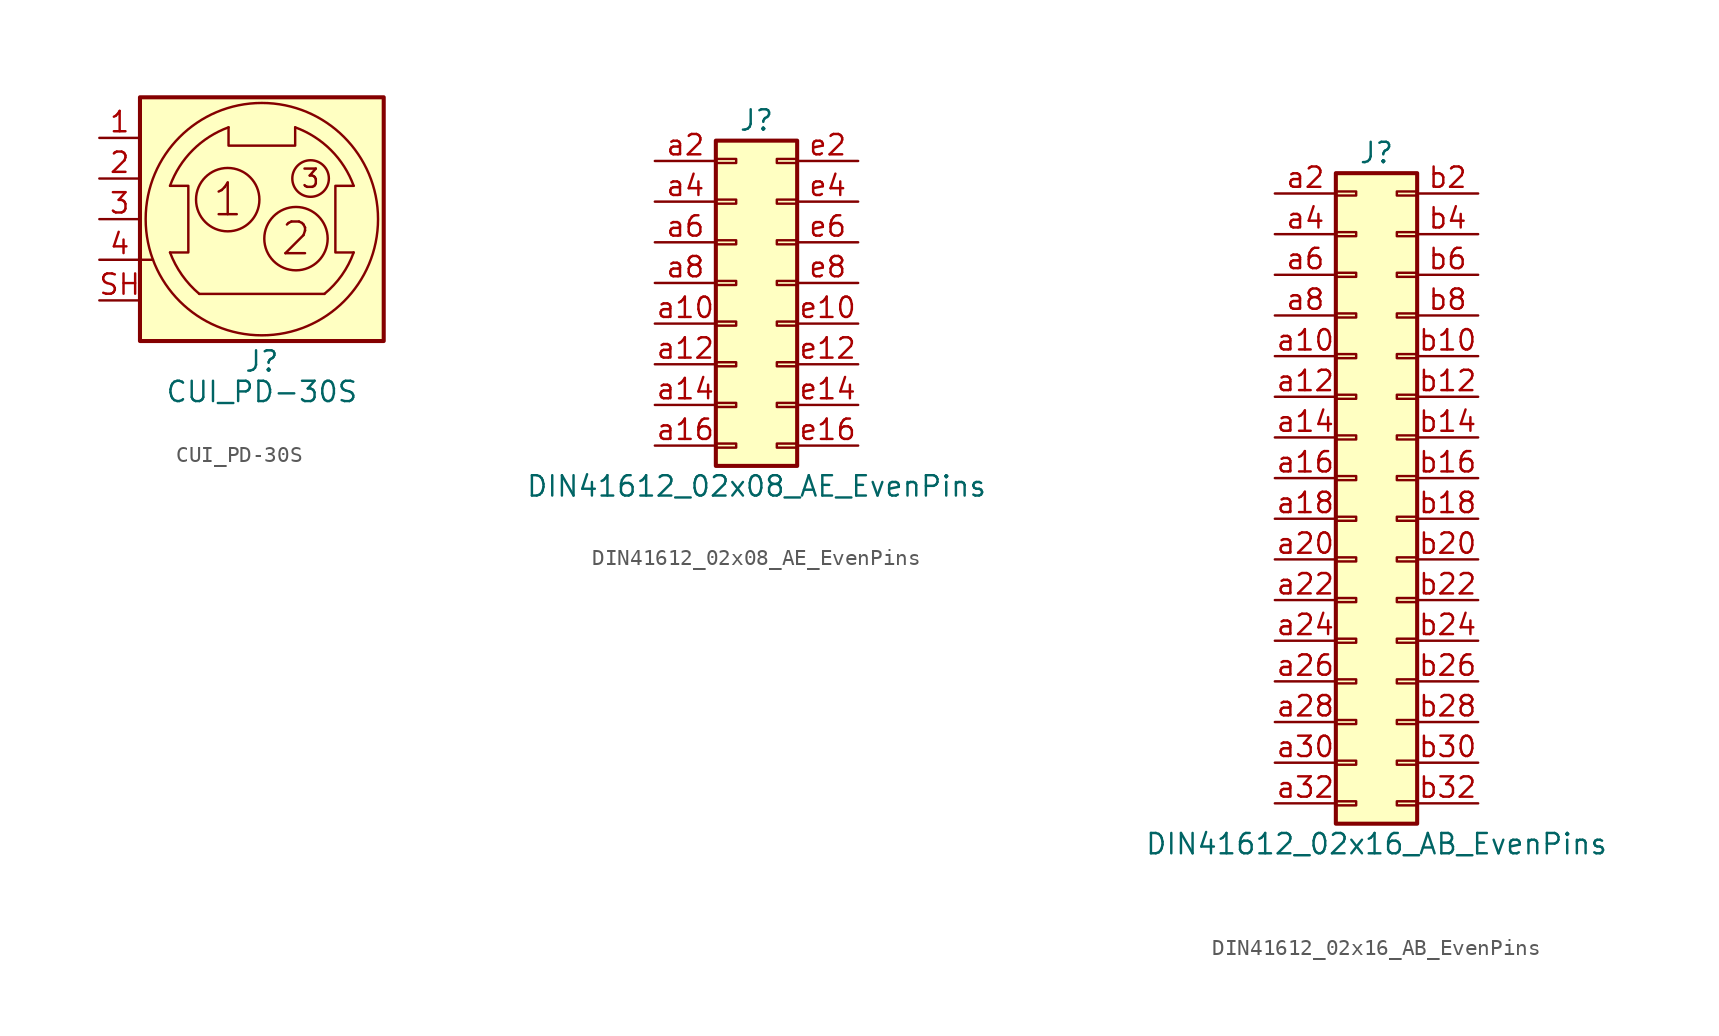
<source format=kicad_sym>
(kicad_symbol_lib
  (version 20201005)
  (generator kicad_symbol_editor)
  (symbol "Connector:CUI_PD-30S"
    (pin_names
      (offset 1.016) hide)
    (property "Reference" "J"
      (at 0 -8.89 0)
      (effects (font (size 1.27 1.27))))
    (property "Value" "CUI_PD-30S"
      (at 0 -10.795 0)
      (effects (font (size 1.27 1.27))))
    (symbol "CUI_PD-30S_0_1"
      (arc (start 5.7404 2.0828) (end 2.0828 5.7404) (radius (at 0 0) (length 6.096) (angles 20 70)) (stroke (width 0)) (fill (type none)))
      (arc (start -2.0828 5.7404) (end -5.7404 2.0828) (radius (at 0 0) (length 6.096) (angles 110 160)) (stroke (width 0)) (fill (type none)))
      (arc (start -5.7404 -2.0828) (end -3.9116 -4.6736) (radius (at 0 0) (length 6.096) (angles -160 -130)) (stroke (width 0)) (fill (type none)))
      (arc (start 3.9116 -4.6736) (end 5.7404 -2.0828) (radius (at 0 0) (length 6.096) (angles -50 -20)) (stroke (width 0)) (fill (type none)))
      (circle (center -2.134 1.219) (radius 1.981) (stroke (width 0)) (fill (type none)))
      (circle (center 0 0) (radius 7.264) (stroke (width 0)) (fill (type none)))
      (circle (center 2.134 -1.219) (radius 1.981) (stroke (width 0)) (fill (type none)))
      (circle (center 3.048 2.54) (radius 1.143) (stroke (width 0)) (fill (type none)))
      (text "1" (at -2.134 1.219 0) (effects (font (size 1.981 1.981))))
      (text "2" (at 2.134 -1.219 0) (effects (font (size 1.981 1.981))))
      (text "3" (at 3.048 2.54 0) (effects (font (size 1.143 1.143))))
      (rectangle (start -7.62 -7.62) (end 7.62 7.62) (stroke (width 0.254)) (fill (type background)))
      (polyline (pts (xy -7.62 -2.54) (xy -6.807 -2.54)) (stroke (width 0)) (fill (type none)))
      (polyline (pts (xy -3.912 -4.674) (xy 3.912 -4.674)) (stroke (width 0)) (fill (type none)))
      (polyline (pts (xy -5.74 2.083) (xy -4.597 2.083) (xy -4.597 -2.083) (xy -5.74 -2.083)) (stroke (width 0)) (fill (type none)))
      (polyline (pts (xy 2.083 5.74) (xy 2.083 4.597) (xy -2.083 4.597) (xy -2.083 5.74)) (stroke (width 0)) (fill (type none)))
      (polyline (pts (xy 5.74 -2.083) (xy 4.597 -2.083) (xy 4.597 2.083) (xy 5.74 2.083)) (stroke (width 0)) (fill (type none))))
    (symbol "CUI_PD-30S_1_1"
      (pin passive line (at -10.16 5.08 0) (length 2.54) (name "1" (effects (font (size 1.27 1.27)))) (number "1" (effects (font (size 1.27 1.27)))))
      (pin passive line (at -10.16 2.54 0) (length 2.54) (name "2" (effects (font (size 1.27 1.27)))) (number "2" (effects (font (size 1.27 1.27)))))
      (pin passive line (at -10.16 0 0) (length 2.54) (name "3" (effects (font (size 1.27 1.27)))) (number "3" (effects (font (size 1.27 1.27)))))
      (pin passive line (at -10.16 -2.54 0) (length 2.54) (name "Shield" (effects (font (size 1.27 1.27)))) (number "4" (effects (font (size 1.27 1.27)))))
      (pin passive line (at -10.16 -5.08 0) (length 2.54) (name "Shield" (effects (font (size 1.27 1.27)))) (number "SH" (effects (font (size 1.27 1.27)))))))
  (symbol "Connector:DIN41612_02x08_AE_EvenPins"
    (pin_names
      (offset 1.016) hide)
    (property "Reference" "J"
      (at 1.27 10.16 0)
      (effects (font (size 1.27 1.27))))
    (property "Value" "DIN41612_02x08_AE_EvenPins"
      (at 1.27 -12.7 0)
      (effects (font (size 1.27 1.27))))
    (symbol "DIN41612_02x08_AE_EvenPins_1_1"
      (rectangle (start -1.27 -10.033) (end 0 -10.287) (stroke (width 0.152)) (fill (type none)))
      (rectangle (start -1.27 -7.493) (end 0 -7.747) (stroke (width 0.152)) (fill (type none)))
      (rectangle (start -1.27 -4.953) (end 0 -5.207) (stroke (width 0.152)) (fill (type none)))
      (rectangle (start -1.27 -2.413) (end 0 -2.667) (stroke (width 0.152)) (fill (type none)))
      (rectangle (start -1.27 0.127) (end 0 -0.127) (stroke (width 0.152)) (fill (type none)))
      (rectangle (start -1.27 2.667) (end 0 2.413) (stroke (width 0.152)) (fill (type none)))
      (rectangle (start -1.27 5.207) (end 0 4.953) (stroke (width 0.152)) (fill (type none)))
      (rectangle (start -1.27 7.747) (end 0 7.493) (stroke (width 0.152)) (fill (type none)))
      (rectangle (start 3.81 -10.033) (end 2.54 -10.287) (stroke (width 0.152)) (fill (type none)))
      (rectangle (start 3.81 -7.493) (end 2.54 -7.747) (stroke (width 0.152)) (fill (type none)))
      (rectangle (start 3.81 -4.953) (end 2.54 -5.207) (stroke (width 0.152)) (fill (type none)))
      (rectangle (start 3.81 -2.413) (end 2.54 -2.667) (stroke (width 0.152)) (fill (type none)))
      (rectangle (start 3.81 0.127) (end 2.54 -0.127) (stroke (width 0.152)) (fill (type none)))
      (rectangle (start 3.81 2.667) (end 2.54 2.413) (stroke (width 0.152)) (fill (type none)))
      (rectangle (start 3.81 5.207) (end 2.54 4.953) (stroke (width 0.152)) (fill (type none)))
      (rectangle (start 3.81 7.747) (end 2.54 7.493) (stroke (width 0.152)) (fill (type none)))
      (rectangle (start -1.27 8.89) (end 3.81 -11.43) (stroke (width 0.254)) (fill (type background)))
      (pin passive line (at -5.08 -2.54 0) (length 3.81) (name "Pin_a10" (effects (font (size 1.27 1.27)))) (number "a10" (effects (font (size 1.27 1.27)))))
      (pin passive line (at -5.08 -5.08 0) (length 3.81) (name "Pin_a12" (effects (font (size 1.27 1.27)))) (number "a12" (effects (font (size 1.27 1.27)))))
      (pin passive line (at -5.08 -7.62 0) (length 3.81) (name "Pin_a14" (effects (font (size 1.27 1.27)))) (number "a14" (effects (font (size 1.27 1.27)))))
      (pin passive line (at -5.08 -10.16 0) (length 3.81) (name "Pin_a16" (effects (font (size 1.27 1.27)))) (number "a16" (effects (font (size 1.27 1.27)))))
      (pin passive line (at -5.08 7.62 0) (length 3.81) (name "Pin_a2" (effects (font (size 1.27 1.27)))) (number "a2" (effects (font (size 1.27 1.27)))))
      (pin passive line (at -5.08 5.08 0) (length 3.81) (name "Pin_a4" (effects (font (size 1.27 1.27)))) (number "a4" (effects (font (size 1.27 1.27)))))
      (pin passive line (at -5.08 2.54 0) (length 3.81) (name "Pin_a6" (effects (font (size 1.27 1.27)))) (number "a6" (effects (font (size 1.27 1.27)))))
      (pin passive line (at -5.08 0 0) (length 3.81) (name "Pin_a8" (effects (font (size 1.27 1.27)))) (number "a8" (effects (font (size 1.27 1.27)))))
      (pin passive line (at 7.62 -2.54 180) (length 3.81) (name "Pin_e10" (effects (font (size 1.27 1.27)))) (number "e10" (effects (font (size 1.27 1.27)))))
      (pin passive line (at 7.62 -5.08 180) (length 3.81) (name "Pin_e12" (effects (font (size 1.27 1.27)))) (number "e12" (effects (font (size 1.27 1.27)))))
      (pin passive line (at 7.62 -7.62 180) (length 3.81) (name "Pin_e14" (effects (font (size 1.27 1.27)))) (number "e14" (effects (font (size 1.27 1.27)))))
      (pin passive line (at 7.62 -10.16 180) (length 3.81) (name "Pin_e16" (effects (font (size 1.27 1.27)))) (number "e16" (effects (font (size 1.27 1.27)))))
      (pin passive line (at 7.62 7.62 180) (length 3.81) (name "Pin_e2" (effects (font (size 1.27 1.27)))) (number "e2" (effects (font (size 1.27 1.27)))))
      (pin passive line (at 7.62 5.08 180) (length 3.81) (name "Pin_e4" (effects (font (size 1.27 1.27)))) (number "e4" (effects (font (size 1.27 1.27)))))
      (pin passive line (at 7.62 2.54 180) (length 3.81) (name "Pin_e6" (effects (font (size 1.27 1.27)))) (number "e6" (effects (font (size 1.27 1.27)))))
      (pin passive line (at 7.62 0 180) (length 3.81) (name "Pin_e8" (effects (font (size 1.27 1.27)))) (number "e8" (effects (font (size 1.27 1.27)))))))
  (symbol "Connector:DIN41612_02x16_AB_EvenPins"
    (pin_names
      (offset 1.016) hide)
    (property "Reference" "J"
      (at 1.27 20.32 0)
      (effects (font (size 1.27 1.27))))
    (property "Value" "DIN41612_02x16_AB_EvenPins"
      (at 1.27 -22.86 0)
      (effects (font (size 1.27 1.27))))
    (symbol "DIN41612_02x16_AB_EvenPins_1_1"
      (rectangle (start -1.27 -20.193) (end 0 -20.447) (stroke (width 0.152)) (fill (type none)))
      (rectangle (start -1.27 -17.653) (end 0 -17.907) (stroke (width 0.152)) (fill (type none)))
      (rectangle (start -1.27 -15.113) (end 0 -15.367) (stroke (width 0.152)) (fill (type none)))
      (rectangle (start -1.27 -12.573) (end 0 -12.827) (stroke (width 0.152)) (fill (type none)))
      (rectangle (start -1.27 -10.033) (end 0 -10.287) (stroke (width 0.152)) (fill (type none)))
      (rectangle (start -1.27 -7.493) (end 0 -7.747) (stroke (width 0.152)) (fill (type none)))
      (rectangle (start -1.27 -4.953) (end 0 -5.207) (stroke (width 0.152)) (fill (type none)))
      (rectangle (start -1.27 -2.413) (end 0 -2.667) (stroke (width 0.152)) (fill (type none)))
      (rectangle (start -1.27 0.127) (end 0 -0.127) (stroke (width 0.152)) (fill (type none)))
      (rectangle (start -1.27 2.667) (end 0 2.413) (stroke (width 0.152)) (fill (type none)))
      (rectangle (start -1.27 5.207) (end 0 4.953) (stroke (width 0.152)) (fill (type none)))
      (rectangle (start -1.27 7.747) (end 0 7.493) (stroke (width 0.152)) (fill (type none)))
      (rectangle (start -1.27 10.287) (end 0 10.033) (stroke (width 0.152)) (fill (type none)))
      (rectangle (start -1.27 12.827) (end 0 12.573) (stroke (width 0.152)) (fill (type none)))
      (rectangle (start -1.27 15.367) (end 0 15.113) (stroke (width 0.152)) (fill (type none)))
      (rectangle (start -1.27 17.907) (end 0 17.653) (stroke (width 0.152)) (fill (type none)))
      (rectangle (start 3.81 -20.193) (end 2.54 -20.447) (stroke (width 0.152)) (fill (type none)))
      (rectangle (start 3.81 -17.653) (end 2.54 -17.907) (stroke (width 0.152)) (fill (type none)))
      (rectangle (start 3.81 -15.113) (end 2.54 -15.367) (stroke (width 0.152)) (fill (type none)))
      (rectangle (start 3.81 -12.573) (end 2.54 -12.827) (stroke (width 0.152)) (fill (type none)))
      (rectangle (start 3.81 -10.033) (end 2.54 -10.287) (stroke (width 0.152)) (fill (type none)))
      (rectangle (start 3.81 -7.493) (end 2.54 -7.747) (stroke (width 0.152)) (fill (type none)))
      (rectangle (start 3.81 -4.953) (end 2.54 -5.207) (stroke (width 0.152)) (fill (type none)))
      (rectangle (start 3.81 -2.413) (end 2.54 -2.667) (stroke (width 0.152)) (fill (type none)))
      (rectangle (start 3.81 0.127) (end 2.54 -0.127) (stroke (width 0.152)) (fill (type none)))
      (rectangle (start 3.81 2.667) (end 2.54 2.413) (stroke (width 0.152)) (fill (type none)))
      (rectangle (start 3.81 5.207) (end 2.54 4.953) (stroke (width 0.152)) (fill (type none)))
      (rectangle (start 3.81 7.747) (end 2.54 7.493) (stroke (width 0.152)) (fill (type none)))
      (rectangle (start 3.81 10.287) (end 2.54 10.033) (stroke (width 0.152)) (fill (type none)))
      (rectangle (start 3.81 12.827) (end 2.54 12.573) (stroke (width 0.152)) (fill (type none)))
      (rectangle (start 3.81 15.367) (end 2.54 15.113) (stroke (width 0.152)) (fill (type none)))
      (rectangle (start 3.81 17.907) (end 2.54 17.653) (stroke (width 0.152)) (fill (type none)))
      (rectangle (start -1.27 19.05) (end 3.81 -21.59) (stroke (width 0.254)) (fill (type background)))
      (pin passive line (at -5.08 7.62 0) (length 3.81) (name "Pin_a10" (effects (font (size 1.27 1.27)))) (number "a10" (effects (font (size 1.27 1.27)))))
      (pin passive line (at -5.08 5.08 0) (length 3.81) (name "Pin_a12" (effects (font (size 1.27 1.27)))) (number "a12" (effects (font (size 1.27 1.27)))))
      (pin passive line (at -5.08 2.54 0) (length 3.81) (name "Pin_a14" (effects (font (size 1.27 1.27)))) (number "a14" (effects (font (size 1.27 1.27)))))
      (pin passive line (at -5.08 0 0) (length 3.81) (name "Pin_a16" (effects (font (size 1.27 1.27)))) (number "a16" (effects (font (size 1.27 1.27)))))
      (pin passive line (at -5.08 -2.54 0) (length 3.81) (name "Pin_a18" (effects (font (size 1.27 1.27)))) (number "a18" (effects (font (size 1.27 1.27)))))
      (pin passive line (at -5.08 17.78 0) (length 3.81) (name "Pin_a2" (effects (font (size 1.27 1.27)))) (number "a2" (effects (font (size 1.27 1.27)))))
      (pin passive line (at -5.08 -5.08 0) (length 3.81) (name "Pin_a20" (effects (font (size 1.27 1.27)))) (number "a20" (effects (font (size 1.27 1.27)))))
      (pin passive line (at -5.08 -7.62 0) (length 3.81) (name "Pin_a22" (effects (font (size 1.27 1.27)))) (number "a22" (effects (font (size 1.27 1.27)))))
      (pin passive line (at -5.08 -10.16 0) (length 3.81) (name "Pin_a24" (effects (font (size 1.27 1.27)))) (number "a24" (effects (font (size 1.27 1.27)))))
      (pin passive line (at -5.08 -12.7 0) (length 3.81) (name "Pin_a26" (effects (font (size 1.27 1.27)))) (number "a26" (effects (font (size 1.27 1.27)))))
      (pin passive line (at -5.08 -15.24 0) (length 3.81) (name "Pin_a28" (effects (font (size 1.27 1.27)))) (number "a28" (effects (font (size 1.27 1.27)))))
      (pin passive line (at -5.08 -17.78 0) (length 3.81) (name "Pin_a30" (effects (font (size 1.27 1.27)))) (number "a30" (effects (font (size 1.27 1.27)))))
      (pin passive line (at -5.08 -20.32 0) (length 3.81) (name "Pin_a32" (effects (font (size 1.27 1.27)))) (number "a32" (effects (font (size 1.27 1.27)))))
      (pin passive line (at -5.08 15.24 0) (length 3.81) (name "Pin_a4" (effects (font (size 1.27 1.27)))) (number "a4" (effects (font (size 1.27 1.27)))))
      (pin passive line (at -5.08 12.7 0) (length 3.81) (name "Pin_a6" (effects (font (size 1.27 1.27)))) (number "a6" (effects (font (size 1.27 1.27)))))
      (pin passive line (at -5.08 10.16 0) (length 3.81) (name "Pin_a8" (effects (font (size 1.27 1.27)))) (number "a8" (effects (font (size 1.27 1.27)))))
      (pin passive line (at 7.62 7.62 180) (length 3.81) (name "Pin_b10" (effects (font (size 1.27 1.27)))) (number "b10" (effects (font (size 1.27 1.27)))))
      (pin passive line (at 7.62 5.08 180) (length 3.81) (name "Pin_b12" (effects (font (size 1.27 1.27)))) (number "b12" (effects (font (size 1.27 1.27)))))
      (pin passive line (at 7.62 2.54 180) (length 3.81) (name "Pin_b14" (effects (font (size 1.27 1.27)))) (number "b14" (effects (font (size 1.27 1.27)))))
      (pin passive line (at 7.62 0 180) (length 3.81) (name "Pin_b16" (effects (font (size 1.27 1.27)))) (number "b16" (effects (font (size 1.27 1.27)))))
      (pin passive line (at 7.62 -2.54 180) (length 3.81) (name "Pin_b18" (effects (font (size 1.27 1.27)))) (number "b18" (effects (font (size 1.27 1.27)))))
      (pin passive line (at 7.62 17.78 180) (length 3.81) (name "Pin_b2" (effects (font (size 1.27 1.27)))) (number "b2" (effects (font (size 1.27 1.27)))))
      (pin passive line (at 7.62 -5.08 180) (length 3.81) (name "Pin_b20" (effects (font (size 1.27 1.27)))) (number "b20" (effects (font (size 1.27 1.27)))))
      (pin passive line (at 7.62 -7.62 180) (length 3.81) (name "Pin_b22" (effects (font (size 1.27 1.27)))) (number "b22" (effects (font (size 1.27 1.27)))))
      (pin passive line (at 7.62 -10.16 180) (length 3.81) (name "Pin_b24" (effects (font (size 1.27 1.27)))) (number "b24" (effects (font (size 1.27 1.27)))))
      (pin passive line (at 7.62 -12.7 180) (length 3.81) (name "Pin_b26" (effects (font (size 1.27 1.27)))) (number "b26" (effects (font (size 1.27 1.27)))))
      (pin passive line (at 7.62 -15.24 180) (length 3.81) (name "Pin_b28" (effects (font (size 1.27 1.27)))) (number "b28" (effects (font (size 1.27 1.27)))))
      (pin passive line (at 7.62 -17.78 180) (length 3.81) (name "Pin_b30" (effects (font (size 1.27 1.27)))) (number "b30" (effects (font (size 1.27 1.27)))))
      (pin passive line (at 7.62 -20.32 180) (length 3.81) (name "Pin_b32" (effects (font (size 1.27 1.27)))) (number "b32" (effects (font (size 1.27 1.27)))))
      (pin passive line (at 7.62 15.24 180) (length 3.81) (name "Pin_b4" (effects (font (size 1.27 1.27)))) (number "b4" (effects (font (size 1.27 1.27)))))
      (pin passive line (at 7.62 12.7 180) (length 3.81) (name "Pin_b6" (effects (font (size 1.27 1.27)))) (number "b6" (effects (font (size 1.27 1.27)))))
      (pin passive line (at 7.62 10.16 180) (length 3.81) (name "Pin_b8" (effects (font (size 1.27 1.27)))) (number "b8" (effects (font (size 1.27 1.27))))))))
</source>
